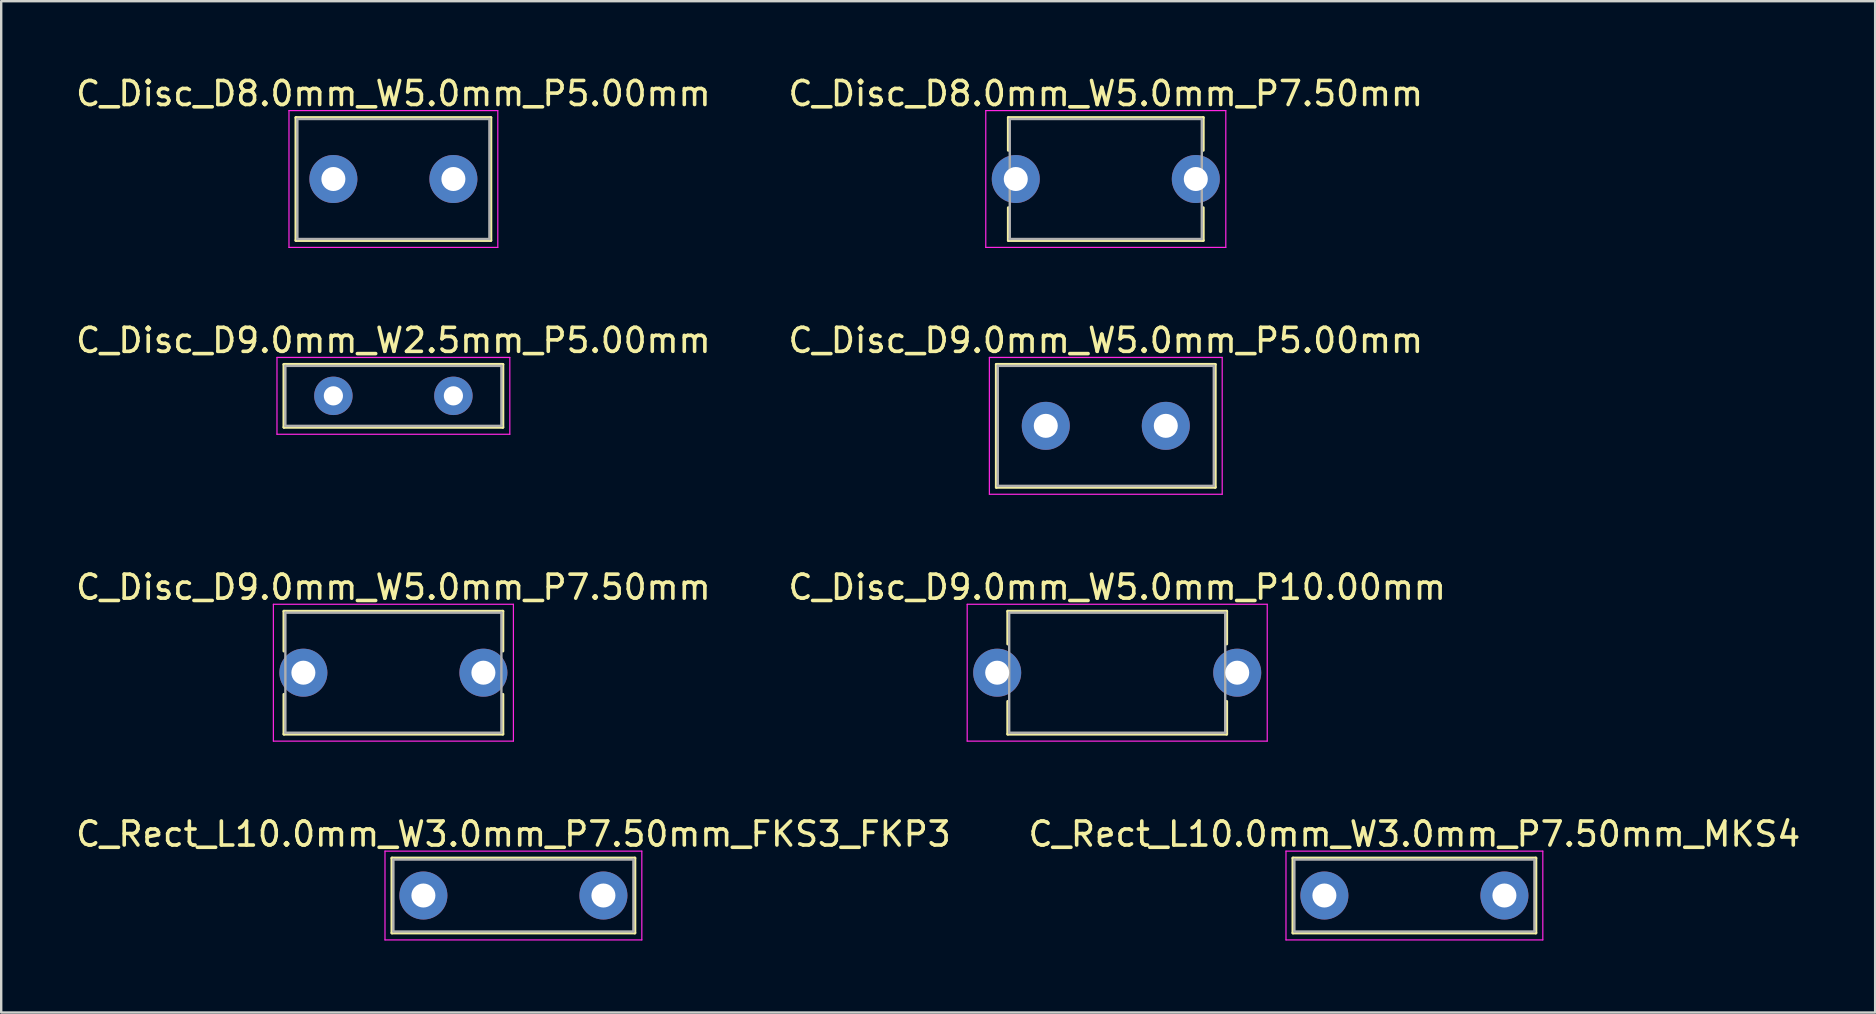
<source format=kicad_pcb>
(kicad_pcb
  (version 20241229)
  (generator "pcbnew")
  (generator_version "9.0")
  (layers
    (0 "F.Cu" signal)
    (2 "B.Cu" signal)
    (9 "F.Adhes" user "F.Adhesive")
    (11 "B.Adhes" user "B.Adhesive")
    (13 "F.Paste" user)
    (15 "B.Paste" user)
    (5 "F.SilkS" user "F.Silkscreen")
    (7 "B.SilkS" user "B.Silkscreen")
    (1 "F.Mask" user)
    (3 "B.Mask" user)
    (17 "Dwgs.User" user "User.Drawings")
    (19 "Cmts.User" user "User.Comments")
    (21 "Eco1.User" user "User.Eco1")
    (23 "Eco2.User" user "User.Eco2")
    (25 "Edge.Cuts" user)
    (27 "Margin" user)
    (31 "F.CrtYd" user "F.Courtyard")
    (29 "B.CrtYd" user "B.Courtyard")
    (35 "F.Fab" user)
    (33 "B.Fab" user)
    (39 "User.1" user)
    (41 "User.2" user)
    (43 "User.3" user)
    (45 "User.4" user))
  (footprint "C_Disc_D9.0mm_W5.0mm_P7.50mm"
    (layer "F.Cu")
    (at 9.589 24.975)
    (property "Reference" "C_Disc_D9.0mm_W5.0mm_P7.50mm" (at 3.75 -3.56 0) (layer "F.SilkS") (effects (font (size 1 1) (thickness 0.15))))
    (attr through_hole)
    (fp_line (start -0.81 -2.56) (end -0.81 -0.901) (stroke (width 0.12) (type solid)) (layer "F.SilkS"))
    (fp_line (start -0.81 -2.56) (end 8.31 -2.56) (stroke (width 0.12) (type solid)) (layer "F.SilkS"))
    (fp_line (start -0.81 0.901) (end -0.81 2.56) (stroke (width 0.12) (type solid)) (layer "F.SilkS"))
    (fp_line (start -0.81 2.56) (end 8.31 2.56) (stroke (width 0.12) (type solid)) (layer "F.SilkS"))
    (fp_line (start 8.31 -2.56) (end 8.31 -0.901) (stroke (width 0.12) (type solid)) (layer "F.SilkS"))
    (fp_line (start 8.31 0.901) (end 8.31 2.56) (stroke (width 0.12) (type solid)) (layer "F.SilkS"))
    (fp_line (start -1.25 -2.85) (end -1.25 2.85) (stroke (width 0.05) (type solid)) (layer "F.CrtYd"))
    (fp_line (start -1.25 2.85) (end 8.75 2.85) (stroke (width 0.05) (type solid)) (layer "F.CrtYd"))
    (fp_line (start 8.75 -2.85) (end -1.25 -2.85) (stroke (width 0.05) (type solid)) (layer "F.CrtYd"))
    (fp_line (start 8.75 2.85) (end 8.75 -2.85) (stroke (width 0.05) (type solid)) (layer "F.CrtYd"))
    (fp_line (start -0.75 -2.5) (end -0.75 2.5) (stroke (width 0.1) (type solid)) (layer "F.Fab"))
    (fp_line (start -0.75 2.5) (end 8.25 2.5) (stroke (width 0.1) (type solid)) (layer "F.Fab"))
    (fp_line (start 8.25 -2.5) (end -0.75 -2.5) (stroke (width 0.1) (type solid)) (layer "F.Fab"))
    (fp_line (start 8.25 2.5) (end 8.25 -2.5) (stroke (width 0.1) (type solid)) (layer "F.Fab"))
    (pad "1" thru_hole circle (at 0 0) (size 2 2) (drill 1) (layers "*.Cu" "*.Mask"))
    (pad "2" thru_hole circle (at 7.5 0) (size 2 2) (drill 1) (layers "*.Cu" "*.Mask")))
  (footprint "C_Rect_L10.0mm_W3.0mm_P7.50mm_FKS3_FKP3"
    (layer "F.Cu")
    (at 14.589 34.258)
    (property "Reference" "C_Rect_L10.0mm_W3.0mm_P7.50mm_FKS3_FKP3" (at 3.75 -2.56 0) (layer "F.SilkS") (effects (font (size 1 1) (thickness 0.15))))
    (attr through_hole)
    (fp_line (start -1.31 -1.56) (end -1.31 1.56) (stroke (width 0.12) (type solid)) (layer "F.SilkS"))
    (fp_line (start -1.31 -1.56) (end 8.81 -1.56) (stroke (width 0.12) (type solid)) (layer "F.SilkS"))
    (fp_line (start -1.31 1.56) (end 8.81 1.56) (stroke (width 0.12) (type solid)) (layer "F.SilkS"))
    (fp_line (start 8.81 -1.56) (end 8.81 1.56) (stroke (width 0.12) (type solid)) (layer "F.SilkS"))
    (fp_line (start -1.6 -1.85) (end -1.6 1.85) (stroke (width 0.05) (type solid)) (layer "F.CrtYd"))
    (fp_line (start -1.6 1.85) (end 9.1 1.85) (stroke (width 0.05) (type solid)) (layer "F.CrtYd"))
    (fp_line (start 9.1 -1.85) (end -1.6 -1.85) (stroke (width 0.05) (type solid)) (layer "F.CrtYd"))
    (fp_line (start 9.1 1.85) (end 9.1 -1.85) (stroke (width 0.05) (type solid)) (layer "F.CrtYd"))
    (fp_line (start -1.25 -1.5) (end -1.25 1.5) (stroke (width 0.1) (type solid)) (layer "F.Fab"))
    (fp_line (start -1.25 1.5) (end 8.75 1.5) (stroke (width 0.1) (type solid)) (layer "F.Fab"))
    (fp_line (start 8.75 -1.5) (end -1.25 -1.5) (stroke (width 0.1) (type solid)) (layer "F.Fab"))
    (fp_line (start 8.75 1.5) (end 8.75 -1.5) (stroke (width 0.1) (type solid)) (layer "F.Fab"))
    (pad "1" thru_hole circle (at 0 0) (size 2 2) (drill 1) (layers "*.Cu" "*.Mask"))
    (pad "2" thru_hole circle (at 7.5 0) (size 2 2) (drill 1) (layers "*.Cu" "*.Mask")))
  (footprint "C_Disc_D9.0mm_W2.5mm_P5.00mm"
    (layer "F.Cu")
    (at 10.839 13.441)
    (property "Reference" "C_Disc_D9.0mm_W2.5mm_P5.00mm" (at 2.5 -2.31 0) (layer "F.SilkS") (effects (font (size 1 1) (thickness 0.15))))
    (attr through_hole)
    (fp_line (start -2.06 -1.31) (end -2.06 1.31) (stroke (width 0.12) (type solid)) (layer "F.SilkS"))
    (fp_line (start -2.06 -1.31) (end 7.06 -1.31) (stroke (width 0.12) (type solid)) (layer "F.SilkS"))
    (fp_line (start -2.06 1.31) (end 7.06 1.31) (stroke (width 0.12) (type solid)) (layer "F.SilkS"))
    (fp_line (start 7.06 -1.31) (end 7.06 1.31) (stroke (width 0.12) (type solid)) (layer "F.SilkS"))
    (fp_line (start -2.35 -1.6) (end -2.35 1.6) (stroke (width 0.05) (type solid)) (layer "F.CrtYd"))
    (fp_line (start -2.35 1.6) (end 7.35 1.6) (stroke (width 0.05) (type solid)) (layer "F.CrtYd"))
    (fp_line (start 7.35 -1.6) (end -2.35 -1.6) (stroke (width 0.05) (type solid)) (layer "F.CrtYd"))
    (fp_line (start 7.35 1.6) (end 7.35 -1.6) (stroke (width 0.05) (type solid)) (layer "F.CrtYd"))
    (fp_line (start -2 -1.25) (end -2 1.25) (stroke (width 0.1) (type solid)) (layer "F.Fab"))
    (fp_line (start -2 1.25) (end 7 1.25) (stroke (width 0.1) (type solid)) (layer "F.Fab"))
    (fp_line (start 7 -1.25) (end -2 -1.25) (stroke (width 0.1) (type solid)) (layer "F.Fab"))
    (fp_line (start 7 1.25) (end 7 -1.25) (stroke (width 0.1) (type solid)) (layer "F.Fab"))
    (pad "1" thru_hole circle (at 0 0) (size 1.6 1.6) (drill 0.8) (layers "*.Cu" "*.Mask"))
    (pad "2" thru_hole circle (at 5 0) (size 1.6 1.6) (drill 0.8) (layers "*.Cu" "*.Mask")))
  (footprint "C_Disc_D8.0mm_W5.0mm_P7.50mm"
    (layer "F.Cu")
    (at 39.268 4.408)
    (property "Reference" "C_Disc_D8.0mm_W5.0mm_P7.50mm" (at 3.75 -3.56 0) (layer "F.SilkS") (effects (font (size 1 1) (thickness 0.15))))
    (attr through_hole)
    (fp_line (start -0.31 -2.56) (end -0.31 -1.195) (stroke (width 0.12) (type solid)) (layer "F.SilkS"))
    (fp_line (start -0.31 -2.56) (end 7.81 -2.56) (stroke (width 0.12) (type solid)) (layer "F.SilkS"))
    (fp_line (start -0.31 1.195) (end -0.31 2.56) (stroke (width 0.12) (type solid)) (layer "F.SilkS"))
    (fp_line (start -0.31 2.56) (end 7.81 2.56) (stroke (width 0.12) (type solid)) (layer "F.SilkS"))
    (fp_line (start 7.81 -2.56) (end 7.81 -1.195) (stroke (width 0.12) (type solid)) (layer "F.SilkS"))
    (fp_line (start 7.81 1.195) (end 7.81 2.56) (stroke (width 0.12) (type solid)) (layer "F.SilkS"))
    (fp_line (start -1.25 -2.85) (end -1.25 2.85) (stroke (width 0.05) (type solid)) (layer "F.CrtYd"))
    (fp_line (start -1.25 2.85) (end 8.75 2.85) (stroke (width 0.05) (type solid)) (layer "F.CrtYd"))
    (fp_line (start 8.75 -2.85) (end -1.25 -2.85) (stroke (width 0.05) (type solid)) (layer "F.CrtYd"))
    (fp_line (start 8.75 2.85) (end 8.75 -2.85) (stroke (width 0.05) (type solid)) (layer "F.CrtYd"))
    (fp_line (start -0.25 -2.5) (end -0.25 2.5) (stroke (width 0.1) (type solid)) (layer "F.Fab"))
    (fp_line (start -0.25 2.5) (end 7.75 2.5) (stroke (width 0.1) (type solid)) (layer "F.Fab"))
    (fp_line (start 7.75 -2.5) (end -0.25 -2.5) (stroke (width 0.1) (type solid)) (layer "F.Fab"))
    (fp_line (start 7.75 2.5) (end 7.75 -2.5) (stroke (width 0.1) (type solid)) (layer "F.Fab"))
    (pad "1" thru_hole circle (at 0 0) (size 2 2) (drill 1) (layers "*.Cu" "*.Mask"))
    (pad "2" thru_hole circle (at 7.5 0) (size 2 2) (drill 1) (layers "*.Cu" "*.Mask")))
  (footprint "C_Rect_L10.0mm_W3.0mm_P7.50mm_MKS4"
    (layer "F.Cu")
    (at 52.125 34.258)
    (property "Reference" "C_Rect_L10.0mm_W3.0mm_P7.50mm_MKS4" (at 3.75 -2.56 0) (layer "F.SilkS") (effects (font (size 1 1) (thickness 0.15))))
    (attr through_hole)
    (fp_line (start -1.31 -1.56) (end -1.31 1.56) (stroke (width 0.12) (type solid)) (layer "F.SilkS"))
    (fp_line (start -1.31 -1.56) (end 8.81 -1.56) (stroke (width 0.12) (type solid)) (layer "F.SilkS"))
    (fp_line (start -1.31 1.56) (end 8.81 1.56) (stroke (width 0.12) (type solid)) (layer "F.SilkS"))
    (fp_line (start 8.81 -1.56) (end 8.81 1.56) (stroke (width 0.12) (type solid)) (layer "F.SilkS"))
    (fp_line (start -1.6 -1.85) (end -1.6 1.85) (stroke (width 0.05) (type solid)) (layer "F.CrtYd"))
    (fp_line (start -1.6 1.85) (end 9.1 1.85) (stroke (width 0.05) (type solid)) (layer "F.CrtYd"))
    (fp_line (start 9.1 -1.85) (end -1.6 -1.85) (stroke (width 0.05) (type solid)) (layer "F.CrtYd"))
    (fp_line (start 9.1 1.85) (end 9.1 -1.85) (stroke (width 0.05) (type solid)) (layer "F.CrtYd"))
    (fp_line (start -1.25 -1.5) (end -1.25 1.5) (stroke (width 0.1) (type solid)) (layer "F.Fab"))
    (fp_line (start -1.25 1.5) (end 8.75 1.5) (stroke (width 0.1) (type solid)) (layer "F.Fab"))
    (fp_line (start 8.75 -1.5) (end -1.25 -1.5) (stroke (width 0.1) (type solid)) (layer "F.Fab"))
    (fp_line (start 8.75 1.5) (end 8.75 -1.5) (stroke (width 0.1) (type solid)) (layer "F.Fab"))
    (pad "1" thru_hole circle (at 0 0) (size 2 2) (drill 1) (layers "*.Cu" "*.Mask"))
    (pad "2" thru_hole circle (at 7.5 0) (size 2 2) (drill 1) (layers "*.Cu" "*.Mask")))
  (footprint "C_Disc_D8.0mm_W5.0mm_P5.00mm"
    (layer "F.Cu")
    (at 10.839 4.408)
    (property "Reference" "C_Disc_D8.0mm_W5.0mm_P5.00mm" (at 2.5 -3.56 0) (layer "F.SilkS") (effects (font (size 1 1) (thickness 0.15))))
    (attr through_hole)
    (fp_line (start -1.56 -2.56) (end -1.56 2.56) (stroke (width 0.12) (type solid)) (layer "F.SilkS"))
    (fp_line (start -1.56 -2.56) (end 6.56 -2.56) (stroke (width 0.12) (type solid)) (layer "F.SilkS"))
    (fp_line (start -1.56 2.56) (end 6.56 2.56) (stroke (width 0.12) (type solid)) (layer "F.SilkS"))
    (fp_line (start 6.56 -2.56) (end 6.56 2.56) (stroke (width 0.12) (type solid)) (layer "F.SilkS"))
    (fp_line (start -1.85 -2.85) (end -1.85 2.85) (stroke (width 0.05) (type solid)) (layer "F.CrtYd"))
    (fp_line (start -1.85 2.85) (end 6.85 2.85) (stroke (width 0.05) (type solid)) (layer "F.CrtYd"))
    (fp_line (start 6.85 -2.85) (end -1.85 -2.85) (stroke (width 0.05) (type solid)) (layer "F.CrtYd"))
    (fp_line (start 6.85 2.85) (end 6.85 -2.85) (stroke (width 0.05) (type solid)) (layer "F.CrtYd"))
    (fp_line (start -1.5 -2.5) (end -1.5 2.5) (stroke (width 0.1) (type solid)) (layer "F.Fab"))
    (fp_line (start -1.5 2.5) (end 6.5 2.5) (stroke (width 0.1) (type solid)) (layer "F.Fab"))
    (fp_line (start 6.5 -2.5) (end -1.5 -2.5) (stroke (width 0.1) (type solid)) (layer "F.Fab"))
    (fp_line (start 6.5 2.5) (end 6.5 -2.5) (stroke (width 0.1) (type solid)) (layer "F.Fab"))
    (pad "1" thru_hole circle (at 0 0) (size 2 2) (drill 1) (layers "*.Cu" "*.Mask"))
    (pad "2" thru_hole circle (at 5 0) (size 2 2) (drill 1) (layers "*.Cu" "*.Mask")))
  (footprint "C_Disc_D9.0mm_W5.0mm_P5.00mm"
    (layer "F.Cu")
    (at 40.518 14.691)
    (property "Reference" "C_Disc_D9.0mm_W5.0mm_P5.00mm" (at 2.5 -3.56 0) (layer "F.SilkS") (effects (font (size 1 1) (thickness 0.15))))
    (attr through_hole)
    (fp_line (start -2.06 -2.56) (end -2.06 2.56) (stroke (width 0.12) (type solid)) (layer "F.SilkS"))
    (fp_line (start -2.06 -2.56) (end 7.06 -2.56) (stroke (width 0.12) (type solid)) (layer "F.SilkS"))
    (fp_line (start -2.06 2.56) (end 7.06 2.56) (stroke (width 0.12) (type solid)) (layer "F.SilkS"))
    (fp_line (start 7.06 -2.56) (end 7.06 2.56) (stroke (width 0.12) (type solid)) (layer "F.SilkS"))
    (fp_line (start -2.35 -2.85) (end -2.35 2.85) (stroke (width 0.05) (type solid)) (layer "F.CrtYd"))
    (fp_line (start -2.35 2.85) (end 7.35 2.85) (stroke (width 0.05) (type solid)) (layer "F.CrtYd"))
    (fp_line (start 7.35 -2.85) (end -2.35 -2.85) (stroke (width 0.05) (type solid)) (layer "F.CrtYd"))
    (fp_line (start 7.35 2.85) (end 7.35 -2.85) (stroke (width 0.05) (type solid)) (layer "F.CrtYd"))
    (fp_line (start -2 -2.5) (end -2 2.5) (stroke (width 0.1) (type solid)) (layer "F.Fab"))
    (fp_line (start -2 2.5) (end 7 2.5) (stroke (width 0.1) (type solid)) (layer "F.Fab"))
    (fp_line (start 7 -2.5) (end -2 -2.5) (stroke (width 0.1) (type solid)) (layer "F.Fab"))
    (fp_line (start 7 2.5) (end 7 -2.5) (stroke (width 0.1) (type solid)) (layer "F.Fab"))
    (pad "1" thru_hole circle (at 0 0) (size 2 2) (drill 1) (layers "*.Cu" "*.Mask"))
    (pad "2" thru_hole circle (at 5 0) (size 2 2) (drill 1) (layers "*.Cu" "*.Mask")))
  (footprint "C_Disc_D9.0mm_W5.0mm_P10.00mm"
    (layer "F.Cu")
    (at 38.494 24.975)
    (property "Reference" "C_Disc_D9.0mm_W5.0mm_P10.00mm" (at 5 -3.56 0) (layer "F.SilkS") (effects (font (size 1 1) (thickness 0.15))))
    (attr through_hole)
    (fp_line (start 0.44 -2.56) (end 0.44 -1.195) (stroke (width 0.12) (type solid)) (layer "F.SilkS"))
    (fp_line (start 0.44 -2.56) (end 9.56 -2.56) (stroke (width 0.12) (type solid)) (layer "F.SilkS"))
    (fp_line (start 0.44 1.195) (end 0.44 2.56) (stroke (width 0.12) (type solid)) (layer "F.SilkS"))
    (fp_line (start 0.44 2.56) (end 9.56 2.56) (stroke (width 0.12) (type solid)) (layer "F.SilkS"))
    (fp_line (start 9.56 -2.56) (end 9.56 -1.195) (stroke (width 0.12) (type solid)) (layer "F.SilkS"))
    (fp_line (start 9.56 1.195) (end 9.56 2.56) (stroke (width 0.12) (type solid)) (layer "F.SilkS"))
    (fp_line (start -1.25 -2.85) (end -1.25 2.85) (stroke (width 0.05) (type solid)) (layer "F.CrtYd"))
    (fp_line (start -1.25 2.85) (end 11.25 2.85) (stroke (width 0.05) (type solid)) (layer "F.CrtYd"))
    (fp_line (start 11.25 -2.85) (end -1.25 -2.85) (stroke (width 0.05) (type solid)) (layer "F.CrtYd"))
    (fp_line (start 11.25 2.85) (end 11.25 -2.85) (stroke (width 0.05) (type solid)) (layer "F.CrtYd"))
    (fp_line (start 0.5 -2.5) (end 0.5 2.5) (stroke (width 0.1) (type solid)) (layer "F.Fab"))
    (fp_line (start 0.5 2.5) (end 9.5 2.5) (stroke (width 0.1) (type solid)) (layer "F.Fab"))
    (fp_line (start 9.5 -2.5) (end 0.5 -2.5) (stroke (width 0.1) (type solid)) (layer "F.Fab"))
    (fp_line (start 9.5 2.5) (end 9.5 -2.5) (stroke (width 0.1) (type solid)) (layer "F.Fab"))
    (pad "1" thru_hole circle (at 0 0) (size 2 2) (drill 1) (layers "*.Cu" "*.Mask"))
    (pad "2" thru_hole circle (at 10 0) (size 2 2) (drill 1) (layers "*.Cu" "*.Mask")))
  (gr_rect
    (start -3 -3)
    (end 75.071 39.133)
    (stroke (width 0.1) (type default))
    (fill no)
    (layer "Edge.Cuts")))
</source>
